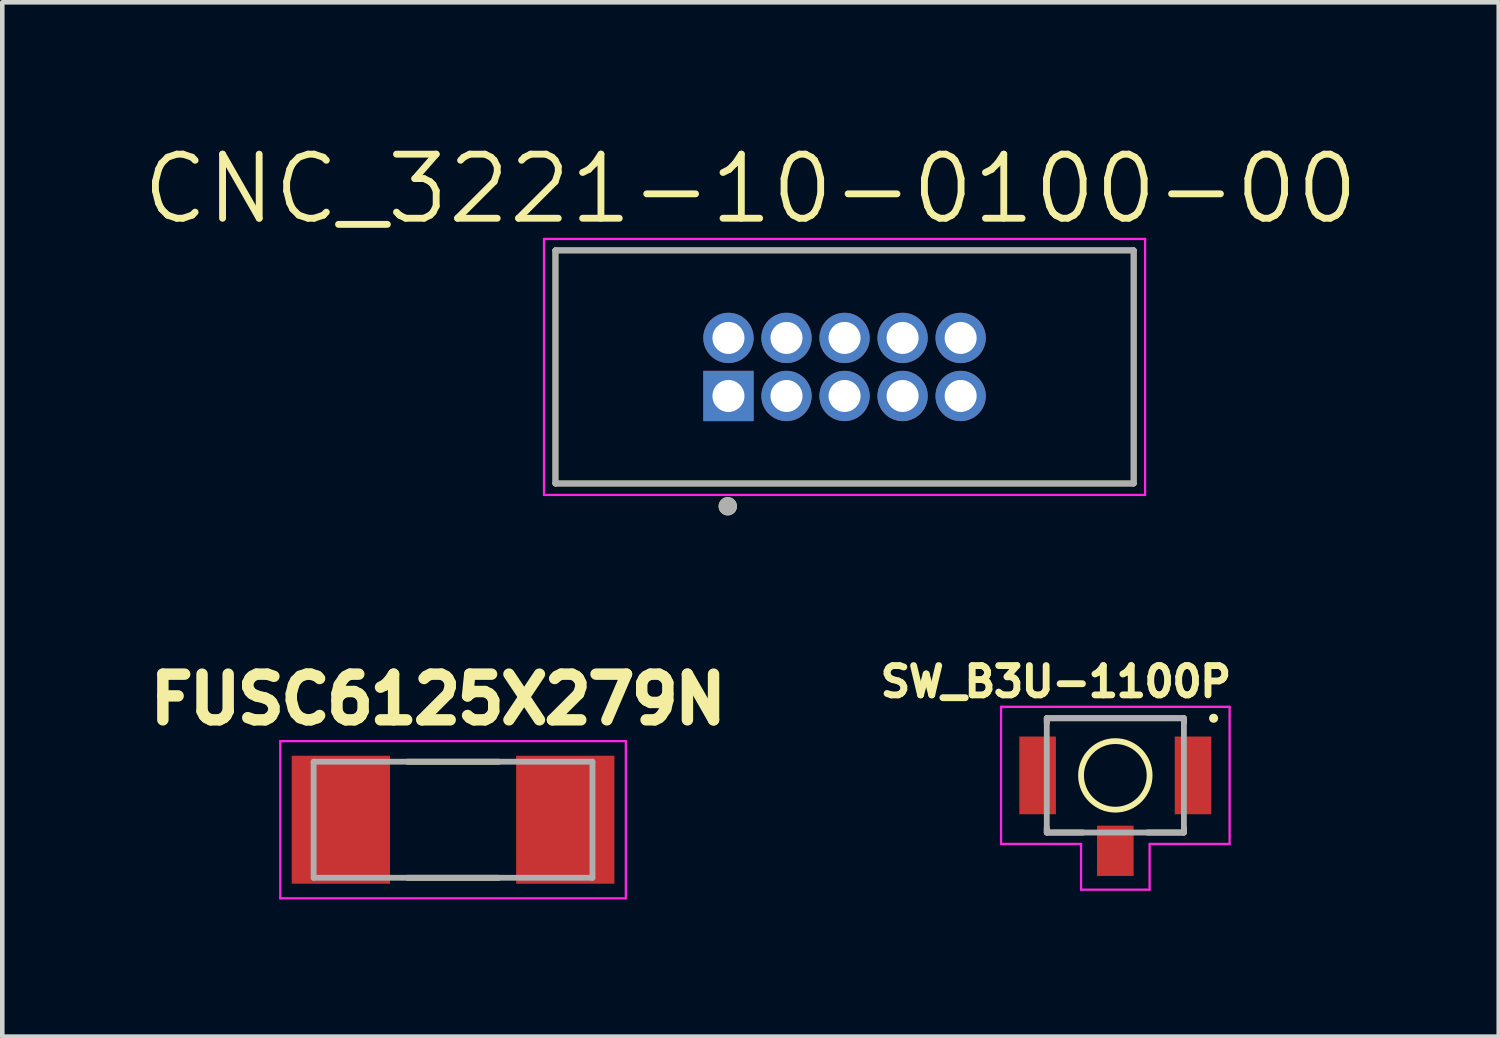
<source format=kicad_pcb>
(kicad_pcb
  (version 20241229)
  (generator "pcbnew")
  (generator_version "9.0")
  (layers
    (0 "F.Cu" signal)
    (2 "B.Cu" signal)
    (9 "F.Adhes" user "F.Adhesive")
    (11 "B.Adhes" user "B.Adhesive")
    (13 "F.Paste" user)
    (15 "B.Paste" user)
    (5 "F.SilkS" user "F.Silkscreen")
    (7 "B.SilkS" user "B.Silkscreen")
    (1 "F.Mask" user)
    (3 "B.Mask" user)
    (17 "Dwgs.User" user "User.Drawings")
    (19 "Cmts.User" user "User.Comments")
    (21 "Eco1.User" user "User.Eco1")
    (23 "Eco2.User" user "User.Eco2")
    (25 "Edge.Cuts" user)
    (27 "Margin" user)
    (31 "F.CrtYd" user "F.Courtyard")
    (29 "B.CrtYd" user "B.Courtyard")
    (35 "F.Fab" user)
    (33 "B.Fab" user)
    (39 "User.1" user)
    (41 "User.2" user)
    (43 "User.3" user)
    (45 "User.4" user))
  (footprint "FUSC6125X279N"
    (layer "F.Cu")
    (at 6.862 14.884)
    (property "Reference" "FUSC6125X279N" (at -0.325 -2.635 0) (layer "F.SilkS") (effects (font (size 1 1) (thickness 0.25))))
    (attr through_hole)
    (fp_line (start -1 -1.27) (end 1 -1.27) (stroke (width 0.127) (type solid)) (layer "F.SilkS"))
    (fp_line (start 1 1.27) (end -1 1.27) (stroke (width 0.127) (type solid)) (layer "F.SilkS"))
    (fp_line (start -3.78 -1.72) (end 3.78 -1.72) (stroke (width 0.05) (type solid)) (layer "F.CrtYd"))
    (fp_line (start -3.78 1.72) (end -3.78 -1.72) (stroke (width 0.05) (type solid)) (layer "F.CrtYd"))
    (fp_line (start 3.78 -1.72) (end 3.78 1.72) (stroke (width 0.05) (type solid)) (layer "F.CrtYd"))
    (fp_line (start 3.78 1.72) (end -3.78 1.72) (stroke (width 0.05) (type solid)) (layer "F.CrtYd"))
    (fp_line (start -3.05 -1.27) (end 3.05 -1.27) (stroke (width 0.127) (type solid)) (layer "F.Fab"))
    (fp_line (start -3.05 1.27) (end -3.05 -1.27) (stroke (width 0.127) (type solid)) (layer "F.Fab"))
    (fp_line (start 3.05 -1.27) (end 3.05 1.27) (stroke (width 0.127) (type solid)) (layer "F.Fab"))
    (fp_line (start 3.05 1.27) (end -3.05 1.27) (stroke (width 0.127) (type solid)) (layer "F.Fab"))
    (pad "1" smd rect (at -2.455 0) (size 2.15 2.8) (layers "F.Cu" "F.Mask" "F.Paste"))
    (pad "2" smd rect (at 2.455 0) (size 2.15 2.8) (layers "F.Cu" "F.Mask" "F.Paste")))
  (footprint "CNC_3221-10-0100-00"
    (layer "F.Cu")
    (at 15.427 4.978)
    (property "Reference" "CNC_3221-10-0100-00" (at -2.058 -3.894 0) (layer "F.SilkS") (effects (font (size 1.402 1.402) (thickness 0.15))))
    (attr through_hole)
    (fp_line (start -6.325 -2.55) (end 6.325 -2.55) (stroke (width 0.127) (type solid)) (layer "F.SilkS"))
    (fp_line (start -6.325 2.55) (end -6.325 -2.55) (stroke (width 0.127) (type solid)) (layer "F.SilkS"))
    (fp_line (start 6.325 -2.55) (end 6.325 2.55) (stroke (width 0.127) (type solid)) (layer "F.SilkS"))
    (fp_line (start 6.325 2.55) (end -6.325 2.55) (stroke (width 0.127) (type solid)) (layer "F.SilkS"))
    (fp_circle (center -2.555 3.048) (end -2.455 3.048) (stroke (width 0.2) (type solid)) (fill no) (layer "F.SilkS"))
    (fp_line (start -6.575 -2.8) (end 6.575 -2.8) (stroke (width 0.05) (type solid)) (layer "F.CrtYd"))
    (fp_line (start -6.575 2.8) (end -6.575 -2.8) (stroke (width 0.05) (type solid)) (layer "F.CrtYd"))
    (fp_line (start 6.575 -2.8) (end 6.575 2.8) (stroke (width 0.05) (type solid)) (layer "F.CrtYd"))
    (fp_line (start 6.575 2.8) (end -6.575 2.8) (stroke (width 0.05) (type solid)) (layer "F.CrtYd"))
    (fp_line (start -6.325 -2.55) (end 6.325 -2.55) (stroke (width 0.127) (type solid)) (layer "F.Fab"))
    (fp_line (start -6.325 2.55) (end -6.325 -2.55) (stroke (width 0.127) (type solid)) (layer "F.Fab"))
    (fp_line (start 6.325 -2.55) (end 6.325 2.55) (stroke (width 0.127) (type solid)) (layer "F.Fab"))
    (fp_line (start 6.325 2.55) (end -6.325 2.55) (stroke (width 0.127) (type solid)) (layer "F.Fab"))
    (fp_circle (center -2.555 3.048) (end -2.455 3.048) (stroke (width 0.2) (type solid)) (fill no) (layer "F.Fab"))
    (pad "1" thru_hole rect (at -2.54 0.635) (size 1.1 1.1) (drill 0.7) (layers "*.Cu" "*.Mask"))
    (pad "2" thru_hole circle (at -2.54 -0.635) (size 1.1 1.1) (drill 0.7) (layers "*.Cu" "*.Mask"))
    (pad "3" thru_hole circle (at -1.27 0.635) (size 1.1 1.1) (drill 0.7) (layers "*.Cu" "*.Mask"))
    (pad "4" thru_hole circle (at -1.27 -0.635) (size 1.1 1.1) (drill 0.7) (layers "*.Cu" "*.Mask"))
    (pad "5" thru_hole circle (at 0 0.635) (size 1.1 1.1) (drill 0.7) (layers "*.Cu" "*.Mask"))
    (pad "6" thru_hole circle (at 0 -0.635) (size 1.1 1.1) (drill 0.7) (layers "*.Cu" "*.Mask"))
    (pad "7" thru_hole circle (at 1.27 0.635) (size 1.1 1.1) (drill 0.7) (layers "*.Cu" "*.Mask"))
    (pad "8" thru_hole circle (at 1.27 -0.635) (size 1.1 1.1) (drill 0.7) (layers "*.Cu" "*.Mask"))
    (pad "9" thru_hole circle (at 2.54 0.635) (size 1.1 1.1) (drill 0.7) (layers "*.Cu" "*.Mask"))
    (pad "10" thru_hole circle (at 2.54 -0.635) (size 1.1 1.1) (drill 0.7) (layers "*.Cu" "*.Mask")))
  (footprint "SW_B3U-1100P"
    (layer "F.Cu")
    (at 21.351 13.914)
    (property "Reference" "SW_B3U-1100P" (at -1.3 -2.05 180) (layer "F.SilkS") (effects (font (size 0.641 0.641) (thickness 0.15))))
    (attr through_hole)
    (fp_line (start -1.5 -1.25) (end 1.5 -1.25) (stroke (width 0.127) (type solid)) (layer "F.SilkS"))
    (fp_line (start -1.5 -1.15) (end -1.5 -1.25) (stroke (width 0.127) (type solid)) (layer "F.SilkS"))
    (fp_line (start -1.5 1.15) (end -1.5 1.25) (stroke (width 0.127) (type solid)) (layer "F.SilkS"))
    (fp_line (start -1.5 1.25) (end -0.7 1.25) (stroke (width 0.127) (type solid)) (layer "F.SilkS"))
    (fp_line (start 1.5 -1.25) (end 1.5 -1.15) (stroke (width 0.127) (type solid)) (layer "F.SilkS"))
    (fp_line (start 1.5 1.15) (end 1.5 1.25) (stroke (width 0.127) (type solid)) (layer "F.SilkS"))
    (fp_line (start 1.5 1.25) (end 0.7 1.25) (stroke (width 0.127) (type solid)) (layer "F.SilkS"))
    (fp_circle (center 0 0) (end 0.75 0) (stroke (width 0.127) (type solid)) (fill no) (layer "F.SilkS"))
    (fp_circle (center 2.15 -1.25) (end 2.2 -1.25) (stroke (width 0.1) (type solid)) (fill no) (layer "F.SilkS"))
    (fp_line (start -2.5 -1.5) (end 2.5 -1.5) (stroke (width 0.05) (type solid)) (layer "F.CrtYd"))
    (fp_line (start -2.5 1.5) (end -2.5 -1.5) (stroke (width 0.05) (type solid)) (layer "F.CrtYd"))
    (fp_line (start -0.75 1.5) (end -2.5 1.5) (stroke (width 0.05) (type solid)) (layer "F.CrtYd"))
    (fp_line (start -0.75 2.5) (end -0.75 1.5) (stroke (width 0.05) (type solid)) (layer "F.CrtYd"))
    (fp_line (start 0.75 1.5) (end 0.75 2.5) (stroke (width 0.05) (type solid)) (layer "F.CrtYd"))
    (fp_line (start 0.75 2.5) (end -0.75 2.5) (stroke (width 0.05) (type solid)) (layer "F.CrtYd"))
    (fp_line (start 2.5 -1.5) (end 2.5 1.5) (stroke (width 0.05) (type solid)) (layer "F.CrtYd"))
    (fp_line (start 2.5 1.5) (end 0.75 1.5) (stroke (width 0.05) (type solid)) (layer "F.CrtYd"))
    (fp_line (start -1.5 -1.25) (end 1.5 -1.25) (stroke (width 0.127) (type solid)) (layer "F.Fab"))
    (fp_line (start -1.5 1.25) (end -1.5 -1.25) (stroke (width 0.127) (type solid)) (layer "F.Fab"))
    (fp_line (start 1.5 -1.25) (end 1.5 1.25) (stroke (width 0.127) (type solid)) (layer "F.Fab"))
    (fp_line (start 1.5 1.25) (end -1.5 1.25) (stroke (width 0.127) (type solid)) (layer "F.Fab"))
    (pad "1" smd rect (at 1.7 0) (size 0.8 1.7) (layers "F.Cu" "F.Mask" "F.Paste"))
    (pad "2" smd rect (at -1.7 0) (size 0.8 1.7) (layers "F.Cu" "F.Mask" "F.Paste"))
    (pad "3" smd rect (at 0 1.65) (size 0.8 1.1) (layers "F.Cu" "F.Mask" "F.Paste")))
  (gr_rect
    (start -3 -3)
    (end 29.739 19.629)
    (stroke (width 0.1) (type default))
    (fill no)
    (layer "Edge.Cuts")))
</source>
